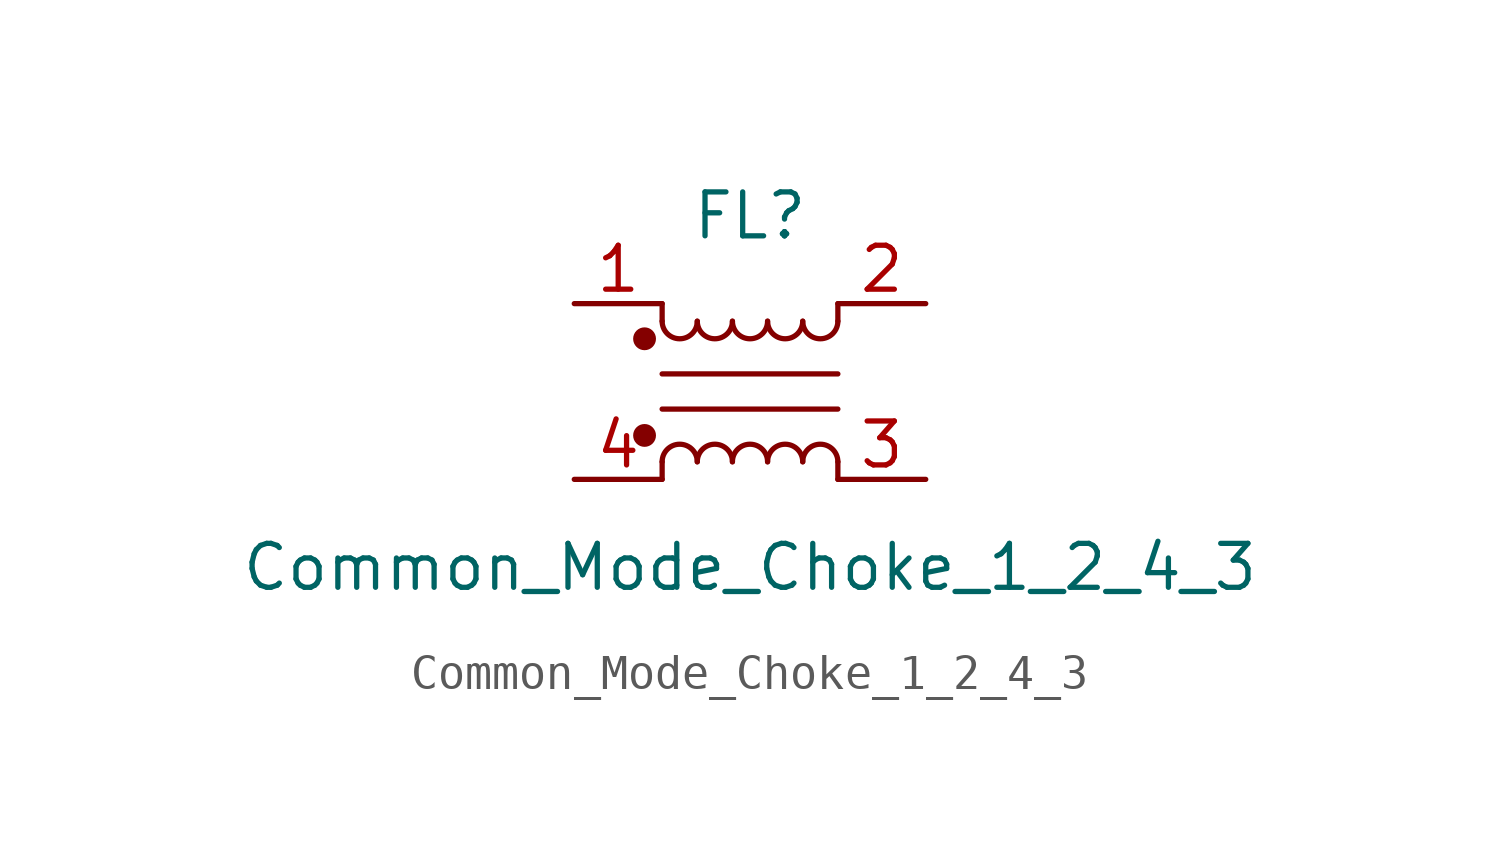
<source format=kicad_sym>
(kicad_symbol_lib
  (version 20220914)
  (generator kicad_symbol_editor)
  (symbol "Common_Mode_Choke_1_2_4_3"
    (pin_names hide)
    (property "Reference" "FL"
      (at 0 5.08 0)
      (effects (font (size 1.27 1.27))))
    (property "Value" "Common_Mode_Choke_1_2_4_3"
      (at 0 -5.08 0)
      (effects (font (size 1.27 1.27))))
    (symbol "Common_Mode_Choke_1_2_4_3_1_1"
      (circle (center -3.048 -1.27) (radius 0.254) (stroke (width 0) (type default)) (fill (type outline)))
      (circle (center -3.048 1.524) (radius 0.254) (stroke (width 0) (type default)) (fill (type outline)))
      (arc (start -2.54 2.032) (mid -2.032 1.5262) (end -1.524 2.032) (stroke (width 0) (type default)) (fill (type none)))
      (arc (start -1.524 -2.032) (mid -2.032 -1.5262) (end -2.54 -2.032) (stroke (width 0) (type default)) (fill (type none)))
      (arc (start -1.524 2.032) (mid -1.016 1.5262) (end -0.508 2.032) (stroke (width 0) (type default)) (fill (type none)))
      (arc (start -0.508 -2.032) (mid -1.016 -1.5262) (end -1.524 -2.032) (stroke (width 0) (type default)) (fill (type none)))
      (arc (start -0.508 2.032) (mid 0 1.5262) (end 0.508 2.032) (stroke (width 0) (type default)) (fill (type none)))
      (polyline (pts (xy -2.54 -2.032) (xy -2.54 -2.54)) (stroke (width 0) (type default)) (fill (type none)))
      (polyline (pts (xy -2.54 0.508) (xy 2.54 0.508)) (stroke (width 0) (type default)) (fill (type none)))
      (polyline (pts (xy -2.54 2.032) (xy -2.54 2.54)) (stroke (width 0) (type default)) (fill (type none)))
      (polyline (pts (xy 2.54 -2.032) (xy 2.54 -2.54)) (stroke (width 0) (type default)) (fill (type none)))
      (polyline (pts (xy 2.54 -0.508) (xy -2.54 -0.508)) (stroke (width 0) (type default)) (fill (type none)))
      (polyline (pts (xy 2.54 2.54) (xy 2.54 2.032)) (stroke (width 0) (type default)) (fill (type none)))
      (arc (start 0.508 -2.032) (mid 0 -1.5262) (end -0.508 -2.032) (stroke (width 0) (type default)) (fill (type none)))
      (arc (start 0.508 2.032) (mid 1.016 1.5262) (end 1.524 2.032) (stroke (width 0) (type default)) (fill (type none)))
      (arc (start 1.524 -2.032) (mid 1.016 -1.5262) (end 0.508 -2.032) (stroke (width 0) (type default)) (fill (type none)))
      (arc (start 1.524 2.032) (mid 2.032 1.5262) (end 2.54 2.032) (stroke (width 0) (type default)) (fill (type none)))
      (arc (start 2.54 -2.032) (mid 2.032 -1.5262) (end 1.524 -2.032) (stroke (width 0) (type default)) (fill (type none)))
      (pin passive line (at -5.08 2.54 0) (length 2.54) (name "1" (effects (font (size 1.27 1.27)))) (number "1" (effects (font (size 1.27 1.27)))))
      (pin passive line (at 5.08 2.54 180) (length 2.54) (name "2" (effects (font (size 1.27 1.27)))) (number "2" (effects (font (size 1.27 1.27)))))
      (pin passive line (at 5.08 -2.54 180) (length 2.54) (name "3" (effects (font (size 1.27 1.27)))) (number "3" (effects (font (size 1.27 1.27)))))
      (pin passive line (at -5.08 -2.54 0) (length 2.54) (name "4" (effects (font (size 1.27 1.27)))) (number "4" (effects (font (size 1.27 1.27))))))))
</source>
